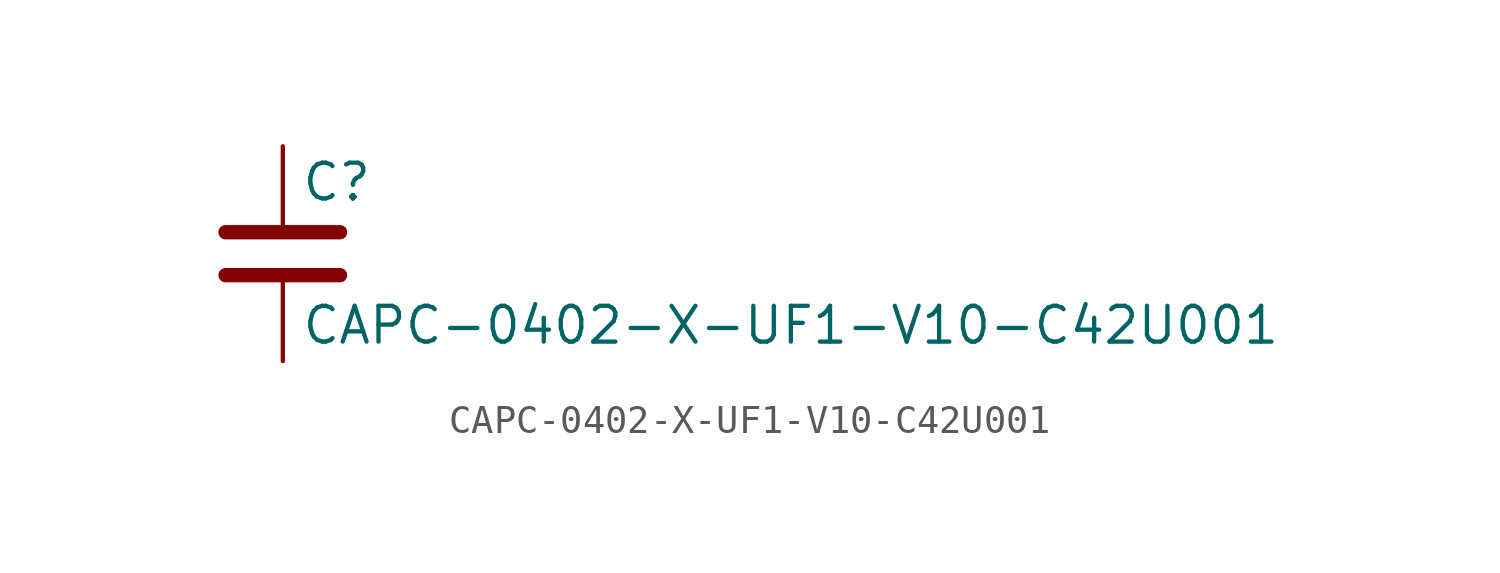
<source format=kicad_sym>
(kicad_symbol_lib
  (version 20211014)
  (generator kicad_symbol_editor)
  (symbol "CAPC-0402-X-UF1-V10-C42U001"
    (pin_numbers hide)
    (pin_names
      (offset 0.254))
    (property "Reference" "C"
      (at 0.635 2.54 0)
      (effects (font (size 1.27 1.27)) (justify left)))
    (property "Value" "CAPC-0402-X-UF1-V10-C42U001"
      (at 0.635 -2.54 0)
      (effects (font (size 1.27 1.27)) (justify left)))
    (symbol "CAPC-0402-X-UF1-V10-C42U001_0_1"
      (polyline (pts (xy -2.032 -0.762) (xy 2.032 -0.762)) (stroke (width 0.508) (type default) (color 0 0 0 0)) (fill (type none)))
      (polyline (pts (xy -2.032 0.762) (xy 2.032 0.762)) (stroke (width 0.508) (type default) (color 0 0 0 0)) (fill (type none))))
    (symbol "CAPC-0402-X-UF1-V10-C42U001_1_1"
      (pin passive line (at 0 3.81 270) (length 2.794) (name "~" (effects (font (size 1.27 1.27)))) (number "1" (effects (font (size 1.27 1.27)))))
      (pin passive line (at 0 -3.81 90) (length 2.794) (name "~" (effects (font (size 1.27 1.27)))) (number "2" (effects (font (size 1.27 1.27))))))))
</source>
